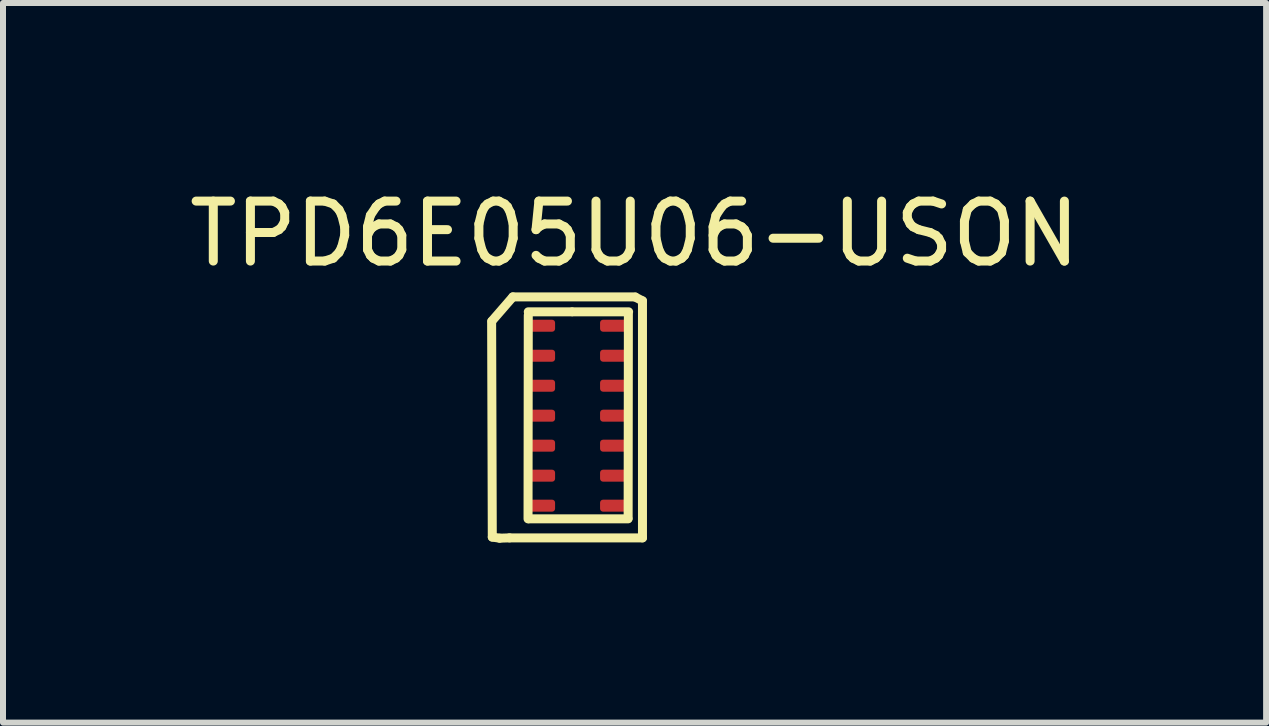
<source format=kicad_pcb>
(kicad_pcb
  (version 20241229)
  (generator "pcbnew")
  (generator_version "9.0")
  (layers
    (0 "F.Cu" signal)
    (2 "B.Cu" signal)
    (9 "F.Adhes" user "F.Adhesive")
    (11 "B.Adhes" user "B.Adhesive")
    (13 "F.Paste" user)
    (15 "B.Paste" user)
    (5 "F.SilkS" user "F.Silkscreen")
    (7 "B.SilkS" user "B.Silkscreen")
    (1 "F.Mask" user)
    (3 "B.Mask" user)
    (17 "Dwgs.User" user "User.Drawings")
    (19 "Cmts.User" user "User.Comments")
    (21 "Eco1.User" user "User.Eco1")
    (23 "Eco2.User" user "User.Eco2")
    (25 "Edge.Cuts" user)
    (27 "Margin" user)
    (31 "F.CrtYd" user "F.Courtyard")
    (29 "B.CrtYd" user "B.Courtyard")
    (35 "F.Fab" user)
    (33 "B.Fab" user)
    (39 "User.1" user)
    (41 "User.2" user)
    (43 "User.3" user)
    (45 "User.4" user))
  (footprint "TPD6E05U06-USON"
    (layer "F.Cu")
    (at 6.58 3.881)
    (property "Reference" "TPD6E05U06-USON" (at 0.95 -3.033 180) (layer "F.SilkS") (effects (font (size 1 1) (thickness 0.15))))
    (attr through_hole)
    (fp_line (start -1.427 -1.58) (end -1.079 -1.981) (stroke (width 0.15) (type solid)) (layer "F.SilkS"))
    (fp_line (start -1.422 2.024) (end -1.433 -1.572) (stroke (width 0.15) (type solid)) (layer "F.SilkS"))
    (fp_line (start -1.3 2.042) (end -1.422 2.024) (stroke (width 0.15) (type solid)) (layer "F.SilkS"))
    (fp_line (start -1.135 2.037) (end -1.3 2.042) (stroke (width 0.15) (type solid)) (layer "F.SilkS"))
    (fp_line (start -1.079 -1.981) (end 0.96 -1.981) (stroke (width 0.15) (type solid)) (layer "F.SilkS"))
    (fp_line (start -0.822 -1.732) (end -0.097 -1.732) (stroke (width 0.15) (type solid)) (layer "F.SilkS"))
    (fp_line (start -0.822 -1.676) (end -0.826 1.72) (stroke (width 0.15) (type solid)) (layer "F.SilkS"))
    (fp_line (start -0.808 1.72) (end 0.841 1.72) (stroke (width 0.15) (type solid)) (layer "F.SilkS"))
    (fp_line (start -0.086 -1.732) (end 0.851 -1.732) (stroke (width 0.15) (type solid)) (layer "F.SilkS"))
    (fp_line (start 0.847 -1.684) (end 0.843 1.712) (stroke (width 0.15) (type solid)) (layer "F.SilkS"))
    (fp_line (start 0.965 -1.976) (end 1.082 -1.915) (stroke (width 0.15) (type solid)) (layer "F.SilkS"))
    (fp_line (start 1.082 -1.915) (end 1.082 2.037) (stroke (width 0.15) (type solid)) (layer "F.SilkS"))
    (fp_line (start 1.082 2.037) (end -1.135 2.037) (stroke (width 0.15) (type solid)) (layer "F.SilkS"))
    (pad "1" smd roundrect (at -0.625 -1.5) (size 0.5 0.2) (layers "F.Cu" "F.Mask" "F.Paste") (roundrect_rratio 0.25))
    (pad "2" smd roundrect (at -0.625 -1) (size 0.5 0.2) (layers "F.Cu" "F.Mask" "F.Paste") (roundrect_rratio 0.25))
    (pad "3" smd roundrect (at -0.625 -0.5) (size 0.5 0.2) (layers "F.Cu" "F.Mask" "F.Paste") (roundrect_rratio 0.25))
    (pad "4" smd roundrect (at -0.625 0) (size 0.5 0.2) (layers "F.Cu" "F.Mask" "F.Paste") (roundrect_rratio 0.25))
    (pad "5" smd roundrect (at -0.625 0.5) (size 0.5 0.2) (layers "F.Cu" "F.Mask" "F.Paste") (roundrect_rratio 0.25))
    (pad "6" smd roundrect (at -0.625 1) (size 0.5 0.2) (layers "F.Cu" "F.Mask" "F.Paste") (roundrect_rratio 0.25))
    (pad "7" smd roundrect (at -0.625 1.5) (size 0.5 0.2) (layers "F.Cu" "F.Mask" "F.Paste") (roundrect_rratio 0.25))
    (pad "8" smd roundrect (at 0.625 1.5) (size 0.5 0.2) (layers "F.Cu" "F.Mask" "F.Paste") (roundrect_rratio 0.25))
    (pad "9" smd roundrect (at 0.625 1) (size 0.5 0.2) (layers "F.Cu" "F.Mask" "F.Paste") (roundrect_rratio 0.25))
    (pad "10" smd roundrect (at 0.625 0.5) (size 0.5 0.2) (layers "F.Cu" "F.Mask" "F.Paste") (roundrect_rratio 0.25))
    (pad "11" smd roundrect (at 0.625 0) (size 0.5 0.2) (layers "F.Cu" "F.Mask" "F.Paste") (roundrect_rratio 0.25))
    (pad "12" smd roundrect (at 0.625 -0.5) (size 0.5 0.2) (layers "F.Cu" "F.Mask" "F.Paste") (roundrect_rratio 0.25))
    (pad "13" smd roundrect (at 0.625 -1) (size 0.5 0.2) (layers "F.Cu" "F.Mask" "F.Paste") (roundrect_rratio 0.25))
    (pad "14" smd roundrect (at 0.625 -1.5) (size 0.5 0.2) (layers "F.Cu" "F.Mask" "F.Paste") (roundrect_rratio 0.25)))
  (gr_rect
    (start -3 -3)
    (end 18.06 8.998)
    (stroke (width 0.1) (type default))
    (fill no)
    (layer "Edge.Cuts")))
</source>
